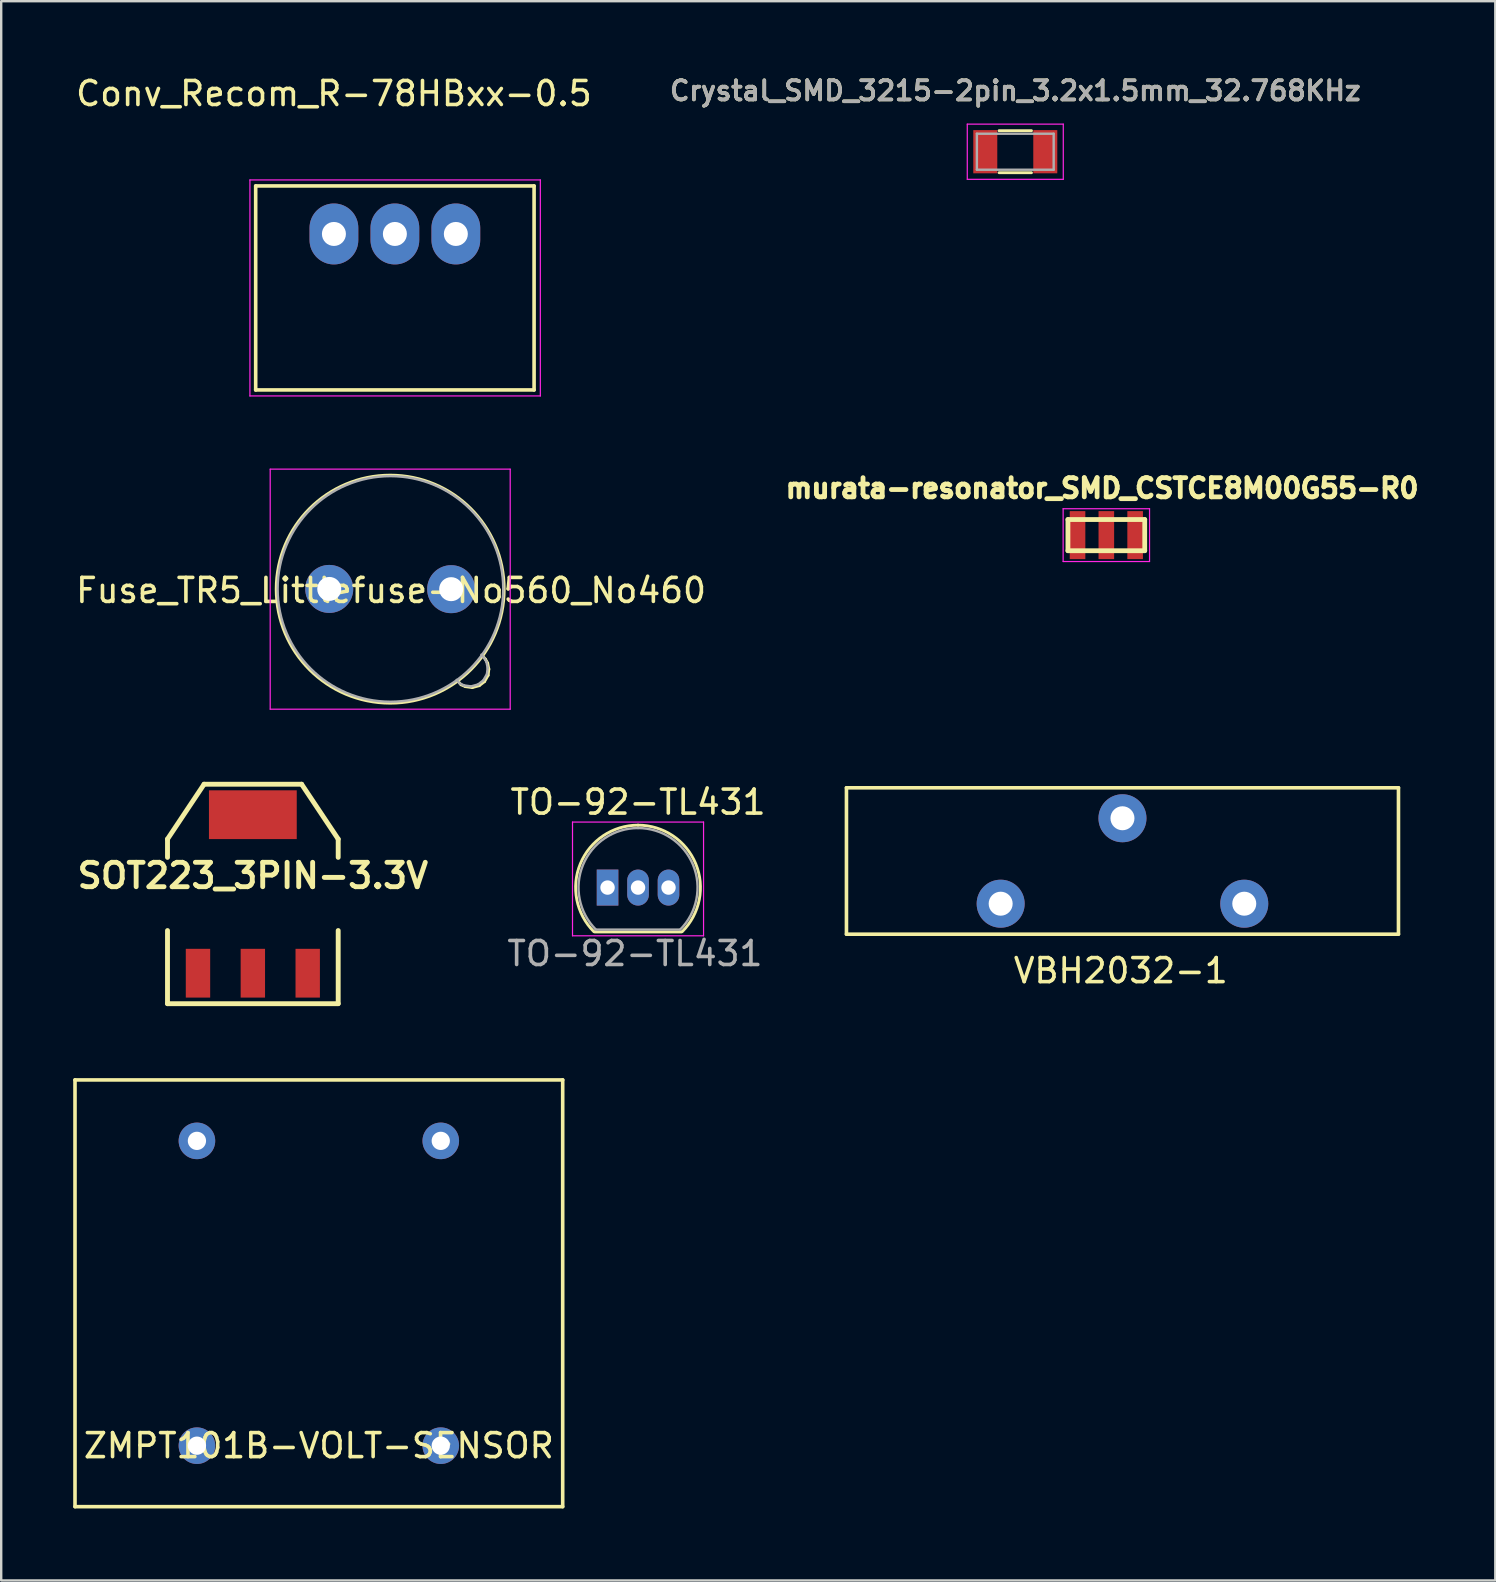
<source format=kicad_pcb>
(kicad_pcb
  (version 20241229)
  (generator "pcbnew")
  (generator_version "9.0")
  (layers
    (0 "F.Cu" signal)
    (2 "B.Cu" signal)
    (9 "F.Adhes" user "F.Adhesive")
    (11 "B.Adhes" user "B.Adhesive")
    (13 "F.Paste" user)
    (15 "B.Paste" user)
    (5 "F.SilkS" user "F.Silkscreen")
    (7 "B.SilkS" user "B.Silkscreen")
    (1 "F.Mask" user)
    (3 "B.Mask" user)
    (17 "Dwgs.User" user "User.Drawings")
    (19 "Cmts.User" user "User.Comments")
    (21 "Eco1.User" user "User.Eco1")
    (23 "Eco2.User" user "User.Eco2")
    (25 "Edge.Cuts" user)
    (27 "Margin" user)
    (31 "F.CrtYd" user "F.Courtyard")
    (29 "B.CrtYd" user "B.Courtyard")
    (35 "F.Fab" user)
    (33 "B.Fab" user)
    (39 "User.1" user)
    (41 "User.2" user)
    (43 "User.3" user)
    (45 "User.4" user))
  (footprint "SOT223_3PIN-3.3V"
    (layer "F.Cu")
    (at 7.485 34.197)
    (property "Reference" "SOT223_3PIN-3.3V" (at 0 -0.762 0) (layer "F.SilkS") (effects (font (size 1.016 1.016) (thickness 0.203))))
    (attr smd)
    (fp_line (start -3.556 -2.286) (end -2.032 -4.572) (stroke (width 0.203) (type solid)) (layer "F.SilkS"))
    (fp_line (start -3.556 -1.524) (end -3.556 -2.286) (stroke (width 0.203) (type solid)) (layer "F.SilkS"))
    (fp_line (start -3.556 1.524) (end -3.556 4.572) (stroke (width 0.203) (type solid)) (layer "F.SilkS"))
    (fp_line (start -3.556 4.572) (end 3.556 4.572) (stroke (width 0.203) (type solid)) (layer "F.SilkS"))
    (fp_line (start -2.032 -4.572) (end 2.032 -4.572) (stroke (width 0.203) (type solid)) (layer "F.SilkS"))
    (fp_line (start 2.032 -4.572) (end 3.556 -2.286) (stroke (width 0.203) (type solid)) (layer "F.SilkS"))
    (fp_line (start 3.556 -2.286) (end 3.556 -1.524) (stroke (width 0.203) (type solid)) (layer "F.SilkS"))
    (fp_line (start 3.556 4.572) (end 3.556 1.524) (stroke (width 0.203) (type solid)) (layer "F.SilkS"))
    (pad "" smd rect (at 0 -3.302) (size 3.658 2.032) (layers "F.Cu" "F.Mask" "F.Paste"))
    (pad "1" smd rect (at -2.286 3.302) (size 1.016 2.032) (layers "F.Cu" "F.Mask" "F.Paste"))
    (pad "2" smd rect (at 0 3.302) (size 1.016 2.032) (layers "F.Cu" "F.Mask" "F.Paste"))
    (pad "3" smd rect (at 2.286 3.302) (size 1.016 2.032) (layers "F.Cu" "F.Mask" "F.Paste")))
  (footprint "Fuse_TR5_Littlefuse-No560_No460"
    (layer "F.Cu")
    (at 10.668 21.488)
    (property "Reference" "Fuse_TR5_Littlefuse-No560_No460" (at 2.576 0.064 0) (layer "F.SilkS") (effects (font (size 1 1) (thickness 0.15))))
    (attr through_hole)
    (fp_line (start 5.49 3.99) (end 5.36 3.84) (stroke (width 0.12) (type solid)) (layer "F.SilkS"))
    (fp_line (start 5.67 4.07) (end 5.49 3.99) (stroke (width 0.12) (type solid)) (layer "F.SilkS"))
    (fp_line (start 5.96 4.11) (end 5.67 4.07) (stroke (width 0.12) (type solid)) (layer "F.SilkS"))
    (fp_line (start 6.25 4.03) (end 5.96 4.11) (stroke (width 0.12) (type solid)) (layer "F.SilkS"))
    (fp_line (start 6.39 2.79) (end 6.51 2.93) (stroke (width 0.12) (type solid)) (layer "F.SilkS"))
    (fp_line (start 6.47 3.86) (end 6.25 4.03) (stroke (width 0.12) (type solid)) (layer "F.SilkS"))
    (fp_line (start 6.51 2.93) (end 6.6 3.09) (stroke (width 0.12) (type solid)) (layer "F.SilkS"))
    (fp_line (start 6.6 3.09) (end 6.65 3.34) (stroke (width 0.12) (type solid)) (layer "F.SilkS"))
    (fp_line (start 6.62 3.6) (end 6.47 3.86) (stroke (width 0.12) (type solid)) (layer "F.SilkS"))
    (fp_line (start 6.65 3.34) (end 6.62 3.6) (stroke (width 0.12) (type solid)) (layer "F.SilkS"))
    (fp_circle (center 2.54 0.01) (end 7.29 0.01) (stroke (width 0.12) (type solid)) (fill no) (layer "F.SilkS"))
    (fp_line (start -2.46 -4.99) (end -2.46 5.01) (stroke (width 0.05) (type solid)) (layer "F.CrtYd"))
    (fp_line (start -2.46 -4.99) (end 7.54 -4.99) (stroke (width 0.05) (type solid)) (layer "F.CrtYd"))
    (fp_line (start 7.54 5.01) (end -2.46 5.01) (stroke (width 0.05) (type solid)) (layer "F.CrtYd"))
    (fp_line (start 7.54 5.01) (end 7.54 -4.99) (stroke (width 0.05) (type solid)) (layer "F.CrtYd"))
    (fp_line (start 5.44 3.94) (end 5.31 3.79) (stroke (width 0.1) (type solid)) (layer "F.Fab"))
    (fp_line (start 5.62 4.02) (end 5.44 3.94) (stroke (width 0.1) (type solid)) (layer "F.Fab"))
    (fp_line (start 5.91 4.06) (end 5.62 4.02) (stroke (width 0.1) (type solid)) (layer "F.Fab"))
    (fp_line (start 6.2 3.98) (end 5.91 4.06) (stroke (width 0.1) (type solid)) (layer "F.Fab"))
    (fp_line (start 6.34 2.74) (end 6.46 2.88) (stroke (width 0.1) (type solid)) (layer "F.Fab"))
    (fp_line (start 6.42 3.81) (end 6.2 3.98) (stroke (width 0.1) (type solid)) (layer "F.Fab"))
    (fp_line (start 6.46 2.88) (end 6.55 3.04) (stroke (width 0.1) (type solid)) (layer "F.Fab"))
    (fp_line (start 6.55 3.04) (end 6.6 3.29) (stroke (width 0.1) (type solid)) (layer "F.Fab"))
    (fp_line (start 6.57 3.55) (end 6.42 3.81) (stroke (width 0.1) (type solid)) (layer "F.Fab"))
    (fp_line (start 6.6 3.29) (end 6.57 3.55) (stroke (width 0.1) (type solid)) (layer "F.Fab"))
    (fp_circle (center 2.55 0) (end 7.25 0) (stroke (width 0.1) (type solid)) (fill no) (layer "F.Fab"))
    (pad "1" thru_hole circle (at 0 0) (size 2 2) (drill 1) (layers "*.Cu" "*.Mask"))
    (pad "2" thru_hole circle (at 5.08 0.01) (size 2 2) (drill 1) (layers "*.Cu" "*.Mask")))
  (footprint "Crystal_SMD_3215-2pin_3.2x1.5mm_32.768KHz"
    (layer "F.Cu")
    (at 39.252 3.271)
    (property "Reference" "Crystal_SMD_3215-2pin_3.2x1.5mm_32.768KHz" (at 0 -2.54 0) (layer "F.SilkS") (effects (font (size 0.8 0.8) (thickness 0.15))))
    (attr smd)
    (fp_line (start -0.675 -0.875) (end 0.675 -0.875) (stroke (width 0.12) (type solid)) (layer "F.SilkS"))
    (fp_line (start -0.675 0.875) (end 0.675 0.875) (stroke (width 0.12) (type solid)) (layer "F.SilkS"))
    (fp_line (start -2 -1.15) (end -2 1.15) (stroke (width 0.05) (type solid)) (layer "F.CrtYd"))
    (fp_line (start -2 -1.15) (end 2 -1.15) (stroke (width 0.05) (type solid)) (layer "F.CrtYd"))
    (fp_line (start -2 1.15) (end 2 1.15) (stroke (width 0.05) (type solid)) (layer "F.CrtYd"))
    (fp_line (start 2 -1.15) (end 2 1.15) (stroke (width 0.05) (type solid)) (layer "F.CrtYd"))
    (fp_line (start -1.6 -0.75) (end -1.6 0.75) (stroke (width 0.1) (type solid)) (layer "F.Fab"))
    (fp_line (start -1.6 -0.75) (end 1.6 -0.75) (stroke (width 0.1) (type solid)) (layer "F.Fab"))
    (fp_line (start -1.6 0.75) (end 1.6 0.75) (stroke (width 0.1) (type solid)) (layer "F.Fab"))
    (fp_line (start 1.6 -0.75) (end 1.6 0.75) (stroke (width 0.1) (type solid)) (layer "F.Fab"))
    (fp_text user "${REFERENCE}" (at 0 -2.54 0) (layer "F.Fab") (effects (font (size 0.8 0.8) (thickness 0.15))))
    (pad "1" smd rect (at 1.25 0) (size 1 1.8) (layers "F.Cu" "F.Mask" "F.Paste"))
    (pad "2" smd rect (at -1.25 0) (size 1 1.8) (layers "F.Cu" "F.Mask" "F.Paste")))
  (footprint "ZMPT101B-VOLT-SENSOR"
    (layer "F.Cu")
    (at 10.235 49.565)
    (property "Reference" "ZMPT101B-VOLT-SENSOR" (at 0 7.62 0) (layer "F.SilkS") (effects (font (size 1 1) (thickness 0.15))))
    (attr through_hole)
    (fp_line (start -10.16 -7.62) (end 10.16 -7.62) (stroke (width 0.15) (type solid)) (layer "F.SilkS"))
    (fp_line (start -10.16 10.16) (end -10.16 -7.62) (stroke (width 0.15) (type solid)) (layer "F.SilkS"))
    (fp_line (start 10.16 10.16) (end -10.16 10.16) (stroke (width 0.15) (type solid)) (layer "F.SilkS"))
    (fp_line (start 10.16 10.16) (end 10.16 -7.62) (stroke (width 0.15) (type solid)) (layer "F.SilkS"))
    (pad "1" thru_hole circle (at 5.08 -5.08) (size 1.524 1.524) (drill 0.762) (layers "*.Cu" "*.Mask"))
    (pad "2" thru_hole circle (at 5.08 7.62) (size 1.524 1.524) (drill 0.762) (layers "*.Cu" "*.Mask"))
    (pad "3" thru_hole circle (at -5.08 7.62) (size 1.524 1.524) (drill 0.762) (layers "*.Cu" "*.Mask"))
    (pad "4" thru_hole circle (at -5.08 -5.08) (size 1.524 1.524) (drill 0.762) (layers "*.Cu" "*.Mask")))
  (footprint "Conv_Recom_R-78HBxx-0.5"
    (layer "F.Cu")
    (at 10.863 6.698)
    (property "Reference" "Conv_Recom_R-78HBxx-0.5" (at 0 -5.85 0) (layer "F.SilkS") (effects (font (size 1 1) (thickness 0.15))))
    (attr through_hole)
    (fp_line (start -3.26 -2) (end 8.34 -2) (stroke (width 0.15) (type solid)) (layer "F.SilkS"))
    (fp_line (start -3.26 6.5) (end -3.26 -2) (stroke (width 0.15) (type solid)) (layer "F.SilkS"))
    (fp_line (start 8.34 -2) (end 8.34 6.5) (stroke (width 0.15) (type solid)) (layer "F.SilkS"))
    (fp_line (start 8.34 6.5) (end -3.26 6.5) (stroke (width 0.15) (type solid)) (layer "F.SilkS"))
    (fp_line (start -3.5 -2.25) (end -3.5 6.75) (stroke (width 0.05) (type solid)) (layer "F.CrtYd"))
    (fp_line (start -3.5 -2.25) (end 8.6 -2.25) (stroke (width 0.05) (type solid)) (layer "F.CrtYd"))
    (fp_line (start -3.5 6.75) (end 8.6 6.75) (stroke (width 0.05) (type solid)) (layer "F.CrtYd"))
    (fp_line (start 8.6 -2.25) (end 8.6 6.75) (stroke (width 0.05) (type solid)) (layer "F.CrtYd"))
    (pad "1" thru_hole oval (at 5.08 0) (size 2.032 2.54) (drill 1) (layers "*.Cu" "*.Mask"))
    (pad "2" thru_hole oval (at 2.54 0) (size 2.032 2.54) (drill 1) (layers "*.Cu" "*.Mask"))
    (pad "3" thru_hole oval (at 0 0) (size 2.032 2.54) (drill 1) (layers "*.Cu" "*.Mask")))
  (footprint "TO-92-TL431"
    (layer "F.Cu")
    (at 22.264 33.931)
    (property "Reference" "TO-92-TL431" (at 1.27 -3.56 0) (layer "F.SilkS") (effects (font (size 1 1) (thickness 0.15))))
    (attr through_hole)
    (fp_line (start -0.53 1.85) (end 3.07 1.85) (stroke (width 0.12) (type solid)) (layer "F.SilkS"))
    (fp_arc (start -0.568478 1.838478) (mid -1.132087 -0.994977) (end 1.27 -2.6) (stroke (width 0.12) (type solid)) (layer "F.SilkS"))
    (fp_arc (start 1.27 -2.6) (mid 3.672087 -0.994977) (end 3.108478 1.838478) (stroke (width 0.12) (type solid)) (layer "F.SilkS"))
    (fp_line (start -1.46 -2.73) (end -1.46 2.01) (stroke (width 0.05) (type solid)) (layer "F.CrtYd"))
    (fp_line (start -1.46 -2.73) (end 4 -2.73) (stroke (width 0.05) (type solid)) (layer "F.CrtYd"))
    (fp_line (start 4 2.01) (end -1.46 2.01) (stroke (width 0.05) (type solid)) (layer "F.CrtYd"))
    (fp_line (start 4 2.01) (end 4 -2.73) (stroke (width 0.05) (type solid)) (layer "F.CrtYd"))
    (fp_line (start -0.5 1.75) (end 3 1.75) (stroke (width 0.1) (type solid)) (layer "F.Fab"))
    (fp_arc (start -0.483625 1.753625) (mid -1.021221 -0.949055) (end 1.27 -2.48) (stroke (width 0.1) (type solid)) (layer "F.Fab"))
    (fp_arc (start 1.27 -2.48) (mid 3.561221 -0.949055) (end 3.023625 1.753625) (stroke (width 0.1) (type solid)) (layer "F.Fab"))
    (fp_text user "${REFERENCE}" (at 1.14 2.75 0) (layer "F.Fab") (effects (font (size 1 1) (thickness 0.15))))
    (pad "1" thru_hole rect (at 0 0 180) (size 0.9 1.5) (drill 0.6) (layers "*.Cu" "*.Mask"))
    (pad "2" thru_hole oval (at 1.27 0 180) (size 0.9 1.5) (drill 0.6) (layers "*.Cu" "*.Mask"))
    (pad "3" thru_hole oval (at 2.54 0 180) (size 0.9 1.5) (drill 0.6) (layers "*.Cu" "*.Mask")))
  (footprint "VBH2032-1"
    (layer "F.Cu")
    (at 32.218 29.773)
    (property "Reference" "VBH2032-1" (at 11.43 7.62 0) (layer "F.SilkS") (effects (font (size 1 1) (thickness 0.15))))
    (attr through_hole)
    (fp_line (start 0 0) (end 0 6.1) (stroke (width 0.15) (type solid)) (layer "F.SilkS"))
    (fp_line (start 0 0) (end 23 0) (stroke (width 0.15) (type solid)) (layer "F.SilkS"))
    (fp_line (start 0 6.1) (end 23 6.1) (stroke (width 0.15) (type solid)) (layer "F.SilkS"))
    (fp_line (start 23 0) (end 23 6.1) (stroke (width 0.15) (type solid)) (layer "F.SilkS"))
    (pad "1" thru_hole circle (at 6.425 4.83) (size 2 2) (drill 1) (layers "*.Cu" "*.Mask"))
    (pad "1" thru_hole circle (at 16.575 4.83) (size 2 2) (drill 1) (layers "*.Cu" "*.Mask"))
    (pad "2" thru_hole circle (at 11.5 1.27) (size 2 2) (drill 1) (layers "*.Cu" "*.Mask")))
  (footprint "murata-resonator_SMD_CSTCE8M00G55-R0"
    (layer "F.Cu")
    (at 43.046 19.246)
    (property "Reference" "murata-resonator_SMD_CSTCE8M00G55-R0" (at -0.176 -1.954 0) (layer "F.SilkS") (effects (font (size 0.8 0.8) (thickness 0.2))))
    (attr through_hole)
    (fp_line (start -1.6 -0.65) (end -1.6 0.65) (stroke (width 0.2) (type solid)) (layer "F.SilkS"))
    (fp_line (start -1.6 -0.65) (end 1.6 -0.65) (stroke (width 0.2) (type solid)) (layer "F.SilkS"))
    (fp_line (start 1.6 -0.65) (end 1.6 0.65) (stroke (width 0.2) (type solid)) (layer "F.SilkS"))
    (fp_line (start 1.6 0.65) (end -1.6 0.65) (stroke (width 0.2) (type solid)) (layer "F.SilkS"))
    (fp_line (start -1.8 -1.1) (end 1.8 -1.1) (stroke (width 0.05) (type solid)) (layer "F.CrtYd"))
    (fp_line (start -1.8 1.1) (end -1.8 -1.1) (stroke (width 0.05) (type solid)) (layer "F.CrtYd"))
    (fp_line (start 1.8 -1.1) (end 1.8 1.1) (stroke (width 0.05) (type solid)) (layer "F.CrtYd"))
    (fp_line (start 1.8 1.1) (end -1.8 1.1) (stroke (width 0.05) (type solid)) (layer "F.CrtYd"))
    (pad "1" smd rect (at -1.2 0) (size 0.65 2) (layers "F.Cu" "F.Mask" "F.Paste"))
    (pad "2" smd rect (at 0 0) (size 0.65 2) (layers "F.Cu" "F.Mask" "F.Paste"))
    (pad "3" smd rect (at 1.2 0) (size 0.65 2) (layers "F.Cu" "F.Mask" "F.Paste")))
  (gr_rect
    (start -3 -3)
    (end 59.252 62.8)
    (stroke (width 0.1) (type default))
    (fill no)
    (layer "Edge.Cuts")))
</source>
